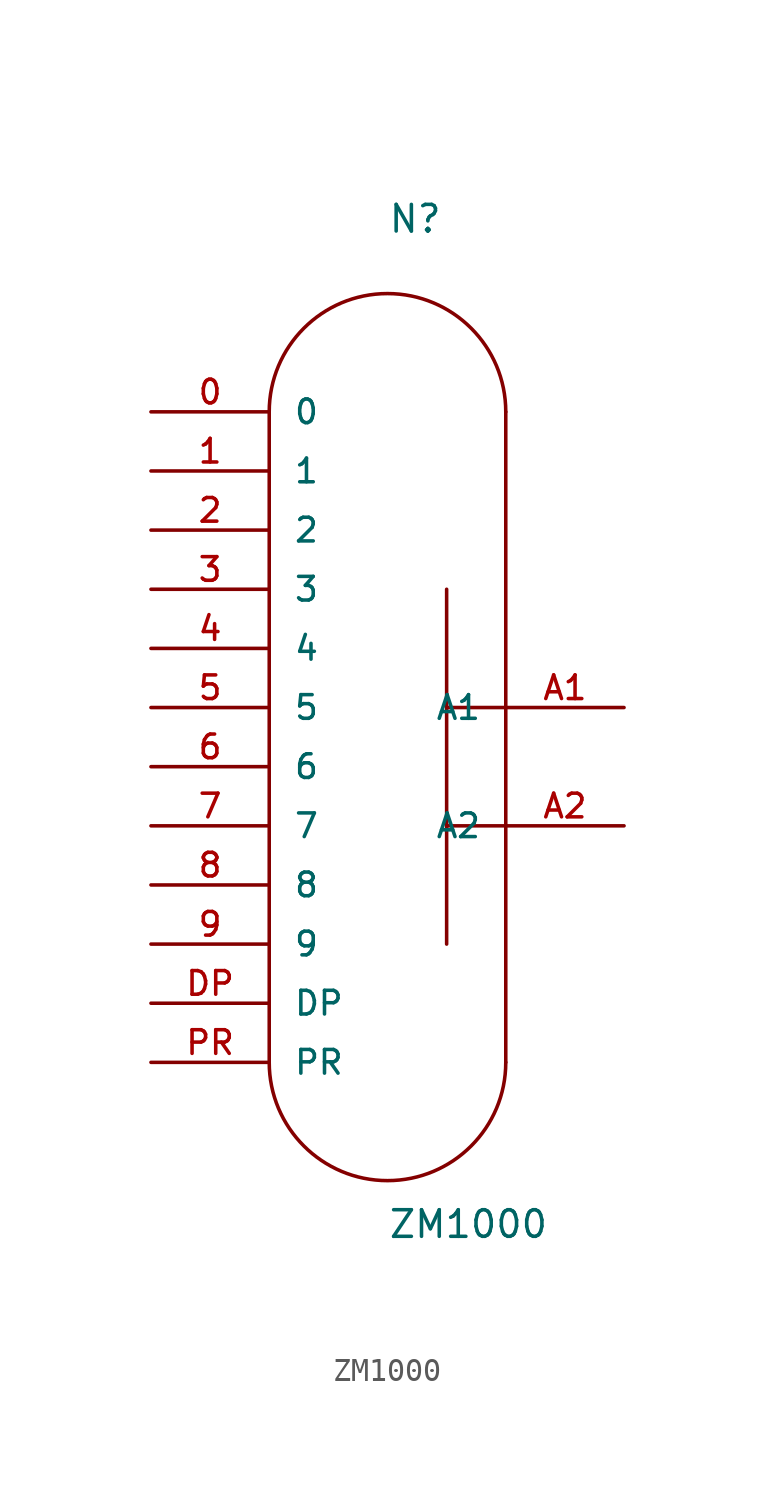
<source format=kicad_sym>
(kicad_symbol_lib
  (version 20220914)
  (generator kicad_symbol_editor)
  (symbol "ZM1000"
    (pin_names
      (offset 1.016))
    (property "Reference" "N"
      (at 0 22.86 0)
      (effects (font (size 1.143 1.143)) (justify left bottom)))
    (property "Value" "ZM1000"
      (at 0 -20.32 0)
      (effects (font (size 1.143 1.143)) (justify left bottom)))
    (property "ki_locked" ""
      (at 0 0 0)
      (effects (font (size 1.27 1.27))))
    (symbol "ZM1000_1_0"
      (polyline (pts (xy -5.08 15.24) (xy -5.08 -12.7)) (stroke (width 0) (type solid)) (fill (type none)))
      (polyline (pts (xy 2.54 -2.54) (xy 2.54 -7.62)) (stroke (width 0) (type solid)) (fill (type none)))
      (polyline (pts (xy 2.54 2.54) (xy 2.54 -2.54)) (stroke (width 0) (type solid)) (fill (type none)))
      (polyline (pts (xy 2.54 2.54) (xy 5.08 2.54)) (stroke (width 0) (type solid)) (fill (type none)))
      (polyline (pts (xy 2.54 7.62) (xy 2.54 2.54)) (stroke (width 0) (type solid)) (fill (type none)))
      (polyline (pts (xy 5.08 -2.54) (xy 2.54 -2.54)) (stroke (width 0) (type solid)) (fill (type none)))
      (polyline (pts (xy 5.08 -2.54) (xy 5.08 -12.7)) (stroke (width 0) (type solid)) (fill (type none)))
      (polyline (pts (xy 5.08 2.54) (xy 5.08 -2.54)) (stroke (width 0) (type solid)) (fill (type none)))
      (polyline (pts (xy 5.08 15.24) (xy 5.08 2.54)) (stroke (width 0) (type solid)) (fill (type none))))
    (symbol "ZM1000_1_1"
      (arc (start -5.08 -12.7) (mid 0 -17.7579) (end 5.08 -12.7) (stroke (width 0) (type solid)) (fill (type none)))
      (arc (start 5.08 15.24) (mid 0 20.2979) (end -5.08 15.24) (stroke (width 0) (type solid)) (fill (type none)))
      (pin passive line (at -10.16 15.24 0) (length 5.08) (name "0" (effects (font (size 1.016 1.016)))) (number "0" (effects (font (size 1.016 1.016)))))
      (pin passive line (at -10.16 12.7 0) (length 5.08) (name "1" (effects (font (size 1.016 1.016)))) (number "1" (effects (font (size 1.016 1.016)))))
      (pin passive line (at -10.16 10.16 0) (length 5.08) (name "2" (effects (font (size 1.016 1.016)))) (number "2" (effects (font (size 1.016 1.016)))))
      (pin passive line (at -10.16 7.62 0) (length 5.08) (name "3" (effects (font (size 1.016 1.016)))) (number "3" (effects (font (size 1.016 1.016)))))
      (pin passive line (at -10.16 5.08 0) (length 5.08) (name "4" (effects (font (size 1.016 1.016)))) (number "4" (effects (font (size 1.016 1.016)))))
      (pin passive line (at -10.16 2.54 0) (length 5.08) (name "5" (effects (font (size 1.016 1.016)))) (number "5" (effects (font (size 1.016 1.016)))))
      (pin passive line (at -10.16 0 0) (length 5.08) (name "6" (effects (font (size 1.016 1.016)))) (number "6" (effects (font (size 1.016 1.016)))))
      (pin passive line (at -10.16 -2.54 0) (length 5.08) (name "7" (effects (font (size 1.016 1.016)))) (number "7" (effects (font (size 1.016 1.016)))))
      (pin passive line (at -10.16 -5.08 0) (length 5.08) (name "8" (effects (font (size 1.016 1.016)))) (number "8" (effects (font (size 1.016 1.016)))))
      (pin passive line (at -10.16 -7.62 0) (length 5.08) (name "9" (effects (font (size 1.016 1.016)))) (number "9" (effects (font (size 1.016 1.016)))))
      (pin passive line (at 10.16 2.54 180) (length 5.08) (name "A1" (effects (font (size 1.016 1.016)))) (number "A1" (effects (font (size 1.016 1.016)))))
      (pin passive line (at 10.16 -2.54 180) (length 5.08) (name "A2" (effects (font (size 1.016 1.016)))) (number "A2" (effects (font (size 1.016 1.016)))))
      (pin passive line (at -10.16 -10.16 0) (length 5.08) (name "DP" (effects (font (size 1.016 1.016)))) (number "DP" (effects (font (size 1.016 1.016)))))
      (pin passive line (at -10.16 -12.7 0) (length 5.08) (name "PR" (effects (font (size 1.016 1.016)))) (number "PR" (effects (font (size 1.016 1.016))))))))
</source>
